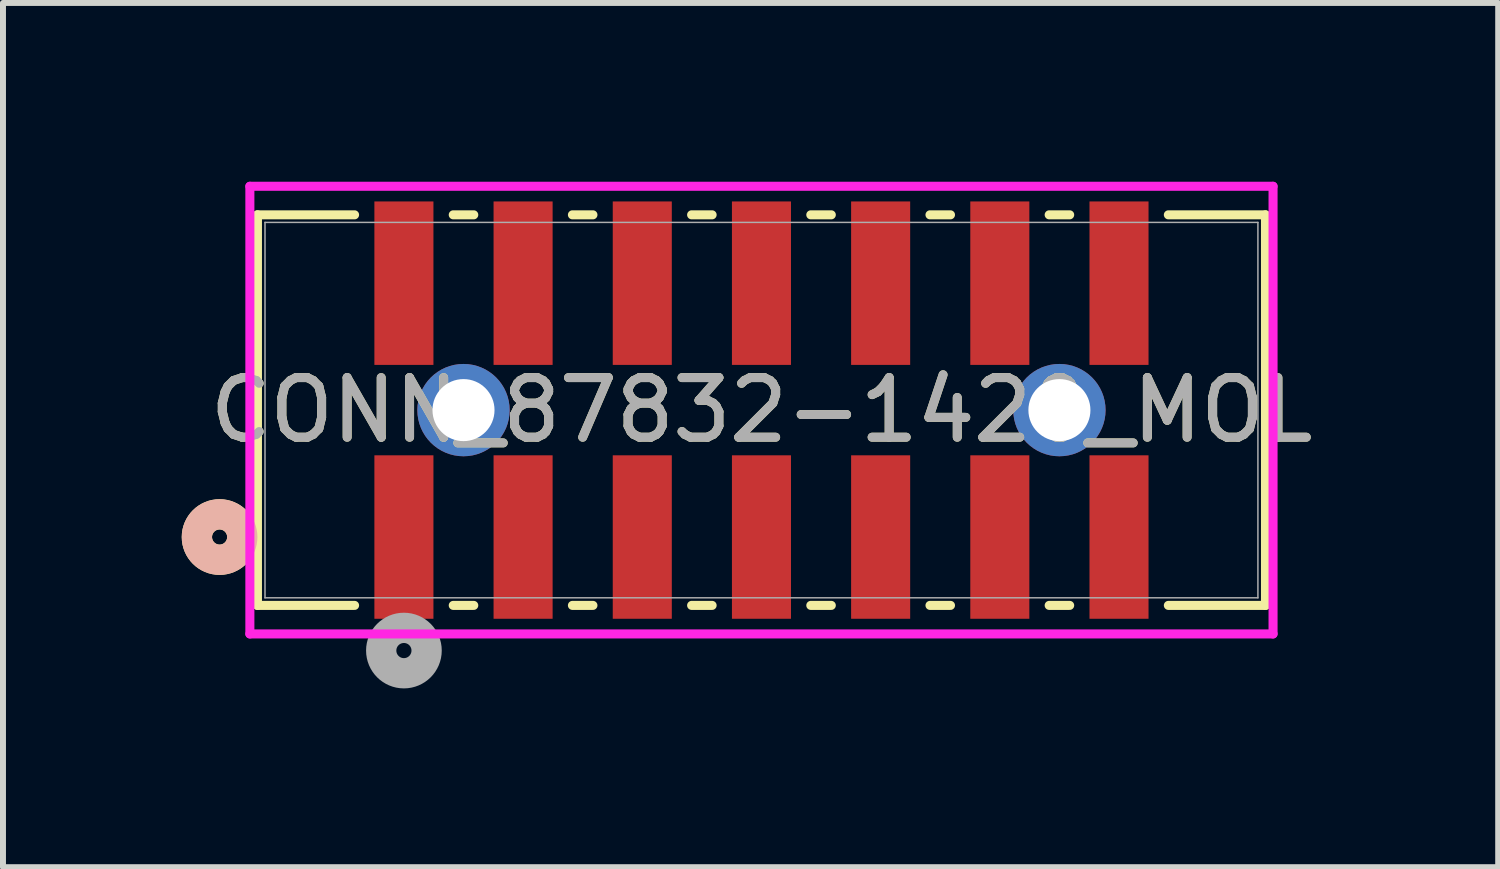
<source format=kicad_pcb>
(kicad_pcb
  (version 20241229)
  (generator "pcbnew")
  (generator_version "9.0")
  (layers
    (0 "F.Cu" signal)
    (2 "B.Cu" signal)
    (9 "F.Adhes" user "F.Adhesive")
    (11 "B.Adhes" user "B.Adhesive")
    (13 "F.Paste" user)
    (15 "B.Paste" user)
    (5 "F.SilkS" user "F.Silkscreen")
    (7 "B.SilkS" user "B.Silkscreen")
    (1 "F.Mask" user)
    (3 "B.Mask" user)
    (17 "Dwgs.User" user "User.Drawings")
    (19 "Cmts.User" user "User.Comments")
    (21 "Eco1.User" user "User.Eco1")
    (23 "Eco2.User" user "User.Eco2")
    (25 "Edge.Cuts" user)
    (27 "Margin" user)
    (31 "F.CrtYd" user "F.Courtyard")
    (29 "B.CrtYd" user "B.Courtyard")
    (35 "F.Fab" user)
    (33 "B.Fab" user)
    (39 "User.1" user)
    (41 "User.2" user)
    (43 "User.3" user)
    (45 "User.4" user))
  (footprint "CONN_87832-1420_MOL"
    (layer "F.Cu")
    (at 9.728 3.832)
    (property "Reference" "CONN_87832-1420_MOL" (at 0 0 0) (unlocked yes) (layer "F.SilkS") (effects (font (size 1 1) (thickness 0.15))))
    (attr smd)
    (fp_line (start -8.458 -3.277) (end -8.458 3.277) (stroke (width 0.152) (type solid)) (layer "F.SilkS"))
    (fp_line (start -8.458 3.277) (end -6.828 3.277) (stroke (width 0.152) (type solid)) (layer "F.SilkS"))
    (fp_line (start -6.828 -3.277) (end -8.458 -3.277) (stroke (width 0.152) (type solid)) (layer "F.SilkS"))
    (fp_line (start -5.172 3.277) (end -4.828 3.277) (stroke (width 0.152) (type solid)) (layer "F.SilkS"))
    (fp_line (start -4.828 -3.277) (end -5.172 -3.277) (stroke (width 0.152) (type solid)) (layer "F.SilkS"))
    (fp_line (start -3.172 3.277) (end -2.828 3.277) (stroke (width 0.152) (type solid)) (layer "F.SilkS"))
    (fp_line (start -2.828 -3.277) (end -3.172 -3.277) (stroke (width 0.152) (type solid)) (layer "F.SilkS"))
    (fp_line (start -1.172 3.277) (end -0.828 3.277) (stroke (width 0.152) (type solid)) (layer "F.SilkS"))
    (fp_line (start -0.828 -3.277) (end -1.172 -3.277) (stroke (width 0.152) (type solid)) (layer "F.SilkS"))
    (fp_line (start 0.828 3.277) (end 1.172 3.277) (stroke (width 0.152) (type solid)) (layer "F.SilkS"))
    (fp_line (start 1.172 -3.277) (end 0.828 -3.277) (stroke (width 0.152) (type solid)) (layer "F.SilkS"))
    (fp_line (start 2.828 3.277) (end 3.172 3.277) (stroke (width 0.152) (type solid)) (layer "F.SilkS"))
    (fp_line (start 3.172 -3.277) (end 2.828 -3.277) (stroke (width 0.152) (type solid)) (layer "F.SilkS"))
    (fp_line (start 4.828 3.277) (end 5.172 3.277) (stroke (width 0.152) (type solid)) (layer "F.SilkS"))
    (fp_line (start 5.172 -3.277) (end 4.828 -3.277) (stroke (width 0.152) (type solid)) (layer "F.SilkS"))
    (fp_line (start 6.828 3.277) (end 8.458 3.277) (stroke (width 0.152) (type solid)) (layer "F.SilkS"))
    (fp_line (start 8.458 -3.277) (end 6.828 -3.277) (stroke (width 0.152) (type solid)) (layer "F.SilkS"))
    (fp_line (start 8.458 3.277) (end 8.458 -3.277) (stroke (width 0.152) (type solid)) (layer "F.SilkS"))
    (fp_circle (center -9.093 2.13) (end -8.712 2.13) (stroke (width 0.508) (type solid)) (fill no) (layer "F.SilkS"))
    (fp_circle (center -9.093 2.13) (end -8.712 2.13) (stroke (width 0.508) (type solid)) (fill no) (layer "B.SilkS"))
    (fp_line (start -8.585 -3.756) (end -8.585 3.756) (stroke (width 0.152) (type solid)) (layer "F.CrtYd"))
    (fp_line (start -8.585 3.756) (end 8.585 3.756) (stroke (width 0.152) (type solid)) (layer "F.CrtYd"))
    (fp_line (start 8.585 -3.756) (end -8.585 -3.756) (stroke (width 0.152) (type solid)) (layer "F.CrtYd"))
    (fp_line (start 8.585 3.756) (end 8.585 -3.756) (stroke (width 0.152) (type solid)) (layer "F.CrtYd"))
    (fp_line (start -8.331 -3.15) (end -8.331 3.15) (stroke (width 0.025) (type solid)) (layer "F.Fab"))
    (fp_line (start -8.331 3.15) (end 8.331 3.15) (stroke (width 0.025) (type solid)) (layer "F.Fab"))
    (fp_line (start 8.331 -3.15) (end -8.331 -3.15) (stroke (width 0.025) (type solid)) (layer "F.Fab"))
    (fp_line (start 8.331 3.15) (end 8.331 -3.15) (stroke (width 0.025) (type solid)) (layer "F.Fab"))
    (fp_circle (center -6 4.035) (end -5.619 4.035) (stroke (width 0.508) (type solid)) (fill no) (layer "F.Fab"))
    (fp_text user "${REFERENCE}" (at 0 0 0) (unlocked yes) (layer "F.Fab") (effects (font (size 1 1) (thickness 0.15))))
    (pad "1" smd rect (at -6 2.13) (size 0.991 2.743) (layers "F.Cu" "F.Mask" "F.Paste"))
    (pad "2" smd rect (at -6 -2.13) (size 0.991 2.743) (layers "F.Cu" "F.Mask" "F.Paste"))
    (pad "3" smd rect (at -4 2.13) (size 0.991 2.743) (layers "F.Cu" "F.Mask" "F.Paste"))
    (pad "4" smd rect (at -4 -2.13) (size 0.991 2.743) (layers "F.Cu" "F.Mask" "F.Paste"))
    (pad "5" smd rect (at -2 2.13) (size 0.991 2.743) (layers "F.Cu" "F.Mask" "F.Paste"))
    (pad "6" smd rect (at -2 -2.13) (size 0.991 2.743) (layers "F.Cu" "F.Mask" "F.Paste"))
    (pad "7" smd rect (at 0 2.13) (size 0.991 2.743) (layers "F.Cu" "F.Mask" "F.Paste"))
    (pad "8" smd rect (at 0 -2.13) (size 0.991 2.743) (layers "F.Cu" "F.Mask" "F.Paste"))
    (pad "9" smd rect (at 2 2.13) (size 0.991 2.743) (layers "F.Cu" "F.Mask" "F.Paste"))
    (pad "10" smd rect (at 2 -2.13) (size 0.991 2.743) (layers "F.Cu" "F.Mask" "F.Paste"))
    (pad "11" smd rect (at 4 2.13) (size 0.991 2.743) (layers "F.Cu" "F.Mask" "F.Paste"))
    (pad "12" smd rect (at 4 -2.13) (size 0.991 2.743) (layers "F.Cu" "F.Mask" "F.Paste"))
    (pad "13" smd rect (at 6 2.13) (size 0.991 2.743) (layers "F.Cu" "F.Mask" "F.Paste"))
    (pad "14" smd rect (at 6 -2.13) (size 0.991 2.743) (layers "F.Cu" "F.Mask" "F.Paste"))
    (pad "15" thru_hole circle (at -5 0) (size 1.549 1.549) (drill 1.041) (layers "*.Cu" "*.Mask"))
    (pad "16" thru_hole circle (at 5 0) (size 1.549 1.549) (drill 1.041) (layers "*.Cu" "*.Mask")))
  (gr_rect
    (start -3 -3)
    (end 22.091 11.502)
    (stroke (width 0.1) (type default))
    (fill no)
    (layer "Edge.Cuts")))
</source>
